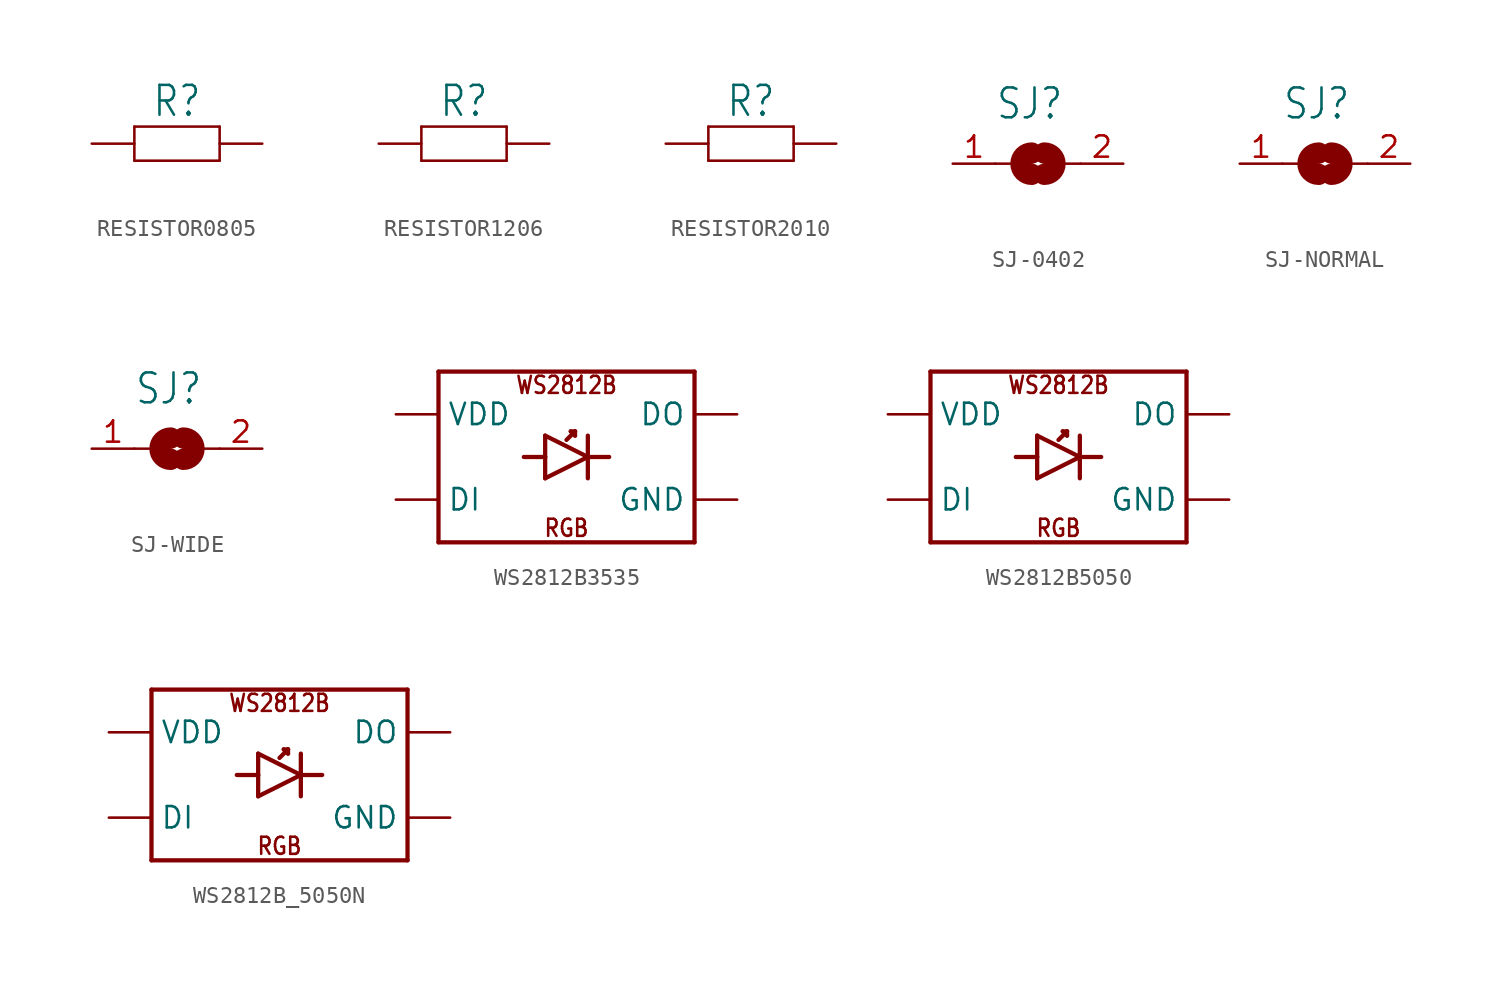
<source format=kicad_sym>
(kicad_symbol_lib
  (version 20220914)
  (generator kicad_symbol_editor)
  (symbol "RESISTOR0805"
    (property "Reference" "R"
      (at 0 1.499 0)
      (effects (font (size 1.778 1.511)) (justify bottom)))
    (property "Value" ""
      (at 0 -3.302 0)
      (effects (font (size 1.778 1.511)) (justify bottom)))
    (property "ki_locked" ""
      (at 0 0 0)
      (effects (font (size 1.27 1.27))))
    (symbol "RESISTOR0805_1_0"
      (polyline (pts (xy -2.54 -1.016) (xy -2.54 1.016)) (stroke (width 0.152) (type solid)) (fill (type none)))
      (polyline (pts (xy -2.54 -1.016) (xy 2.54 -1.016)) (stroke (width 0.152) (type solid)) (fill (type none)))
      (polyline (pts (xy -2.54 1.016) (xy 2.54 1.016)) (stroke (width 0.152) (type solid)) (fill (type none)))
      (polyline (pts (xy 2.54 -1.016) (xy 2.54 1.016)) (stroke (width 0.152) (type solid)) (fill (type none)))
      (pin passive line (at -5.08 0 0) (length 2.54) (name "1" (effects (font (size 0 0)))) (number "1" (effects (font (size 0 0)))))
      (pin passive line (at 5.08 0 180) (length 2.54) (name "2" (effects (font (size 0 0)))) (number "2" (effects (font (size 0 0)))))))
  (symbol "RESISTOR1206"
    (property "Reference" "R"
      (at 0 1.499 0)
      (effects (font (size 1.778 1.511)) (justify bottom)))
    (property "Value" ""
      (at 0 -3.302 0)
      (effects (font (size 1.778 1.511)) (justify bottom)))
    (property "ki_locked" ""
      (at 0 0 0)
      (effects (font (size 1.27 1.27))))
    (symbol "RESISTOR1206_1_0"
      (polyline (pts (xy -2.54 -1.016) (xy -2.54 1.016)) (stroke (width 0.152) (type solid)) (fill (type none)))
      (polyline (pts (xy -2.54 -1.016) (xy 2.54 -1.016)) (stroke (width 0.152) (type solid)) (fill (type none)))
      (polyline (pts (xy -2.54 1.016) (xy 2.54 1.016)) (stroke (width 0.152) (type solid)) (fill (type none)))
      (polyline (pts (xy 2.54 -1.016) (xy 2.54 1.016)) (stroke (width 0.152) (type solid)) (fill (type none)))
      (pin passive line (at -5.08 0 0) (length 2.54) (name "1" (effects (font (size 0 0)))) (number "1" (effects (font (size 0 0)))))
      (pin passive line (at 5.08 0 180) (length 2.54) (name "2" (effects (font (size 0 0)))) (number "2" (effects (font (size 0 0)))))))
  (symbol "RESISTOR2010"
    (property "Reference" "R"
      (at 0 1.499 0)
      (effects (font (size 1.778 1.511)) (justify bottom)))
    (property "Value" ""
      (at 0 -3.302 0)
      (effects (font (size 1.778 1.511)) (justify bottom)))
    (property "ki_locked" ""
      (at 0 0 0)
      (effects (font (size 1.27 1.27))))
    (symbol "RESISTOR2010_1_0"
      (polyline (pts (xy -2.54 -1.016) (xy -2.54 1.016)) (stroke (width 0.152) (type solid)) (fill (type none)))
      (polyline (pts (xy -2.54 -1.016) (xy 2.54 -1.016)) (stroke (width 0.152) (type solid)) (fill (type none)))
      (polyline (pts (xy -2.54 1.016) (xy 2.54 1.016)) (stroke (width 0.152) (type solid)) (fill (type none)))
      (polyline (pts (xy 2.54 -1.016) (xy 2.54 1.016)) (stroke (width 0.152) (type solid)) (fill (type none)))
      (pin passive line (at -5.08 0 0) (length 2.54) (name "1" (effects (font (size 0 0)))) (number "1" (effects (font (size 0 0)))))
      (pin passive line (at 5.08 0 180) (length 2.54) (name "2" (effects (font (size 0 0)))) (number "2" (effects (font (size 0 0)))))))
  (symbol "SJ-0402"
    (property "Reference" "SJ"
      (at -2.54 2.54 0)
      (effects (font (size 1.778 1.511)) (justify left bottom)))
    (property "Value" ""
      (at -2.54 -3.81 0)
      (effects (font (size 1.778 1.511)) (justify left bottom)))
    (property "ki_locked" ""
      (at 0 0 0)
      (effects (font (size 1.27 1.27))))
    (symbol "SJ-0402_1_0"
      (arc (start -0.3808 0.635) (mid -1.0159 0.0001) (end -0.381 -0.635) (stroke (width 1.27) (type solid)) (fill (type none)))
      (polyline (pts (xy -2.54 0) (xy -1.651 0)) (stroke (width 0.152) (type solid)) (fill (type none)))
      (polyline (pts (xy 2.54 0) (xy 1.651 0)) (stroke (width 0.152) (type solid)) (fill (type none)))
      (arc (start 0.3808 -0.635) (mid 1.0159 -0.0001) (end 0.381 0.635) (stroke (width 1.27) (type solid)) (fill (type none)))
      (pin passive line (at -5.08 0 0) (length 2.54) (name "1" (effects (font (size 0 0)))) (number "1" (effects (font (size 1.27 1.27)))))
      (pin passive line (at 5.08 0 180) (length 2.54) (name "2" (effects (font (size 0 0)))) (number "2" (effects (font (size 1.27 1.27)))))))
  (symbol "SJ-NORMAL"
    (property "Reference" "SJ"
      (at -2.54 2.54 0)
      (effects (font (size 1.778 1.511)) (justify left bottom)))
    (property "Value" ""
      (at -2.54 -3.81 0)
      (effects (font (size 1.778 1.511)) (justify left bottom)))
    (property "ki_locked" ""
      (at 0 0 0)
      (effects (font (size 1.27 1.27))))
    (symbol "SJ-NORMAL_1_0"
      (arc (start -0.3808 0.635) (mid -1.0159 0.0001) (end -0.381 -0.635) (stroke (width 1.27) (type solid)) (fill (type none)))
      (polyline (pts (xy -2.54 0) (xy -1.651 0)) (stroke (width 0.152) (type solid)) (fill (type none)))
      (polyline (pts (xy 2.54 0) (xy 1.651 0)) (stroke (width 0.152) (type solid)) (fill (type none)))
      (arc (start 0.3808 -0.635) (mid 1.0159 -0.0001) (end 0.381 0.635) (stroke (width 1.27) (type solid)) (fill (type none)))
      (pin passive line (at -5.08 0 0) (length 2.54) (name "1" (effects (font (size 0 0)))) (number "1" (effects (font (size 1.27 1.27)))))
      (pin passive line (at 5.08 0 180) (length 2.54) (name "2" (effects (font (size 0 0)))) (number "2" (effects (font (size 1.27 1.27)))))))
  (symbol "SJ-WIDE"
    (property "Reference" "SJ"
      (at -2.54 2.54 0)
      (effects (font (size 1.778 1.511)) (justify left bottom)))
    (property "Value" ""
      (at -2.54 -3.81 0)
      (effects (font (size 1.778 1.511)) (justify left bottom)))
    (property "ki_locked" ""
      (at 0 0 0)
      (effects (font (size 1.27 1.27))))
    (symbol "SJ-WIDE_1_0"
      (arc (start -0.3808 0.635) (mid -1.0159 0.0001) (end -0.381 -0.635) (stroke (width 1.27) (type solid)) (fill (type none)))
      (polyline (pts (xy -2.54 0) (xy -1.651 0)) (stroke (width 0.152) (type solid)) (fill (type none)))
      (polyline (pts (xy 2.54 0) (xy 1.651 0)) (stroke (width 0.152) (type solid)) (fill (type none)))
      (arc (start 0.3808 -0.635) (mid 1.0159 -0.0001) (end 0.381 0.635) (stroke (width 1.27) (type solid)) (fill (type none)))
      (pin passive line (at -5.08 0 0) (length 2.54) (name "1" (effects (font (size 0 0)))) (number "1" (effects (font (size 1.27 1.27)))))
      (pin passive line (at 5.08 0 180) (length 2.54) (name "2" (effects (font (size 0 0)))) (number "2" (effects (font (size 1.27 1.27)))))))
  (symbol "WS2812B3535"
    (property "Reference" "LED"
      (at 0 0 0)
      (effects (font (size 1.27 1.27)) hide))
    (property "ki_locked" ""
      (at 0 0 0)
      (effects (font (size 1.27 1.27))))
    (symbol "WS2812B3535_1_0"
      (polyline (pts (xy -7.62 -5.08) (xy 7.62 -5.08)) (stroke (width 0.254) (type solid)) (fill (type none)))
      (polyline (pts (xy -7.62 5.08) (xy -7.62 -5.08)) (stroke (width 0.254) (type solid)) (fill (type none)))
      (polyline (pts (xy -1.27 -1.27) (xy -1.27 0)) (stroke (width 0.254) (type solid)) (fill (type none)))
      (polyline (pts (xy -1.27 0) (xy -2.54 0)) (stroke (width 0.254) (type solid)) (fill (type none)))
      (polyline (pts (xy -1.27 0) (xy -1.27 1.27)) (stroke (width 0.254) (type solid)) (fill (type none)))
      (polyline (pts (xy -1.27 1.27) (xy 1.27 0)) (stroke (width 0.254) (type solid)) (fill (type none)))
      (polyline (pts (xy 0 1.016) (xy 0.508 1.524)) (stroke (width 0.254) (type solid)) (fill (type none)))
      (polyline (pts (xy 0.254 1.524) (xy 0.508 1.524)) (stroke (width 0.254) (type solid)) (fill (type none)))
      (polyline (pts (xy 0.508 1.27) (xy 0.254 1.524)) (stroke (width 0.254) (type solid)) (fill (type none)))
      (polyline (pts (xy 0.508 1.524) (xy 0.508 1.27)) (stroke (width 0.254) (type solid)) (fill (type none)))
      (polyline (pts (xy 1.27 -1.27) (xy 1.27 0)) (stroke (width 0.254) (type solid)) (fill (type none)))
      (polyline (pts (xy 1.27 0) (xy -1.27 -1.27)) (stroke (width 0.254) (type solid)) (fill (type none)))
      (polyline (pts (xy 1.27 0) (xy 1.27 1.27)) (stroke (width 0.254) (type solid)) (fill (type none)))
      (polyline (pts (xy 1.27 0) (xy 2.54 0)) (stroke (width 0.254) (type solid)) (fill (type none)))
      (polyline (pts (xy 7.62 -5.08) (xy 7.62 5.08)) (stroke (width 0.254) (type solid)) (fill (type none)))
      (polyline (pts (xy 7.62 5.08) (xy -7.62 5.08)) (stroke (width 0.254) (type solid)) (fill (type none)))
      (text "RGB" (at 0 -4.826 0) (effects (font (size 1.016 0.864)) (justify bottom)))
      (text "WS2812B" (at 0 3.683 0) (effects (font (size 1.016 0.864)) (justify bottom)))
      (pin input line (at -10.16 -2.54 0) (length 2.54) (name "DI" (effects (font (size 1.27 1.27)))) (number "1" (effects (font (size 0 0)))))
      (pin power_in line (at -10.16 2.54 0) (length 2.54) (name "VDD" (effects (font (size 1.27 1.27)))) (number "2" (effects (font (size 0 0)))))
      (pin output line (at 10.16 2.54 180) (length 2.54) (name "DO" (effects (font (size 1.27 1.27)))) (number "3" (effects (font (size 0 0)))))
      (pin power_in line (at 10.16 -2.54 180) (length 2.54) (name "GND" (effects (font (size 1.27 1.27)))) (number "4" (effects (font (size 0 0)))))))
  (symbol "WS2812B5050"
    (property "Reference" "LED"
      (at 0 0 0)
      (effects (font (size 1.27 1.27)) hide))
    (property "ki_locked" ""
      (at 0 0 0)
      (effects (font (size 1.27 1.27))))
    (symbol "WS2812B5050_1_0"
      (polyline (pts (xy -7.62 -5.08) (xy 7.62 -5.08)) (stroke (width 0.254) (type solid)) (fill (type none)))
      (polyline (pts (xy -7.62 5.08) (xy -7.62 -5.08)) (stroke (width 0.254) (type solid)) (fill (type none)))
      (polyline (pts (xy -1.27 -1.27) (xy -1.27 0)) (stroke (width 0.254) (type solid)) (fill (type none)))
      (polyline (pts (xy -1.27 0) (xy -2.54 0)) (stroke (width 0.254) (type solid)) (fill (type none)))
      (polyline (pts (xy -1.27 0) (xy -1.27 1.27)) (stroke (width 0.254) (type solid)) (fill (type none)))
      (polyline (pts (xy -1.27 1.27) (xy 1.27 0)) (stroke (width 0.254) (type solid)) (fill (type none)))
      (polyline (pts (xy 0 1.016) (xy 0.508 1.524)) (stroke (width 0.254) (type solid)) (fill (type none)))
      (polyline (pts (xy 0.254 1.524) (xy 0.508 1.524)) (stroke (width 0.254) (type solid)) (fill (type none)))
      (polyline (pts (xy 0.508 1.27) (xy 0.254 1.524)) (stroke (width 0.254) (type solid)) (fill (type none)))
      (polyline (pts (xy 0.508 1.524) (xy 0.508 1.27)) (stroke (width 0.254) (type solid)) (fill (type none)))
      (polyline (pts (xy 1.27 -1.27) (xy 1.27 0)) (stroke (width 0.254) (type solid)) (fill (type none)))
      (polyline (pts (xy 1.27 0) (xy -1.27 -1.27)) (stroke (width 0.254) (type solid)) (fill (type none)))
      (polyline (pts (xy 1.27 0) (xy 1.27 1.27)) (stroke (width 0.254) (type solid)) (fill (type none)))
      (polyline (pts (xy 1.27 0) (xy 2.54 0)) (stroke (width 0.254) (type solid)) (fill (type none)))
      (polyline (pts (xy 7.62 -5.08) (xy 7.62 5.08)) (stroke (width 0.254) (type solid)) (fill (type none)))
      (polyline (pts (xy 7.62 5.08) (xy -7.62 5.08)) (stroke (width 0.254) (type solid)) (fill (type none)))
      (text "RGB" (at 0 -4.826 0) (effects (font (size 1.016 0.864)) (justify bottom)))
      (text "WS2812B" (at 0 3.683 0) (effects (font (size 1.016 0.864)) (justify bottom)))
      (pin power_in line (at -10.16 2.54 0) (length 2.54) (name "VDD" (effects (font (size 1.27 1.27)))) (number "1-VDD" (effects (font (size 0 0)))))
      (pin output line (at 10.16 2.54 180) (length 2.54) (name "DO" (effects (font (size 1.27 1.27)))) (number "2-DOUT" (effects (font (size 0 0)))))
      (pin power_in line (at 10.16 -2.54 180) (length 2.54) (name "GND" (effects (font (size 1.27 1.27)))) (number "3-GND" (effects (font (size 0 0)))))
      (pin input line (at -10.16 -2.54 0) (length 2.54) (name "DI" (effects (font (size 1.27 1.27)))) (number "4-DIN" (effects (font (size 0 0)))))))
  (symbol "WS2812B_5050N"
    (property "Reference" "LED"
      (at 0 0 0)
      (effects (font (size 1.27 1.27)) hide))
    (property "ki_locked" ""
      (at 0 0 0)
      (effects (font (size 1.27 1.27))))
    (symbol "WS2812B_5050N_1_0"
      (polyline (pts (xy -7.62 -5.08) (xy 7.62 -5.08)) (stroke (width 0.254) (type solid)) (fill (type none)))
      (polyline (pts (xy -7.62 5.08) (xy -7.62 -5.08)) (stroke (width 0.254) (type solid)) (fill (type none)))
      (polyline (pts (xy -1.27 -1.27) (xy -1.27 0)) (stroke (width 0.254) (type solid)) (fill (type none)))
      (polyline (pts (xy -1.27 0) (xy -2.54 0)) (stroke (width 0.254) (type solid)) (fill (type none)))
      (polyline (pts (xy -1.27 0) (xy -1.27 1.27)) (stroke (width 0.254) (type solid)) (fill (type none)))
      (polyline (pts (xy -1.27 1.27) (xy 1.27 0)) (stroke (width 0.254) (type solid)) (fill (type none)))
      (polyline (pts (xy 0 1.016) (xy 0.508 1.524)) (stroke (width 0.254) (type solid)) (fill (type none)))
      (polyline (pts (xy 0.254 1.524) (xy 0.508 1.524)) (stroke (width 0.254) (type solid)) (fill (type none)))
      (polyline (pts (xy 0.508 1.27) (xy 0.254 1.524)) (stroke (width 0.254) (type solid)) (fill (type none)))
      (polyline (pts (xy 0.508 1.524) (xy 0.508 1.27)) (stroke (width 0.254) (type solid)) (fill (type none)))
      (polyline (pts (xy 1.27 -1.27) (xy 1.27 0)) (stroke (width 0.254) (type solid)) (fill (type none)))
      (polyline (pts (xy 1.27 0) (xy -1.27 -1.27)) (stroke (width 0.254) (type solid)) (fill (type none)))
      (polyline (pts (xy 1.27 0) (xy 1.27 1.27)) (stroke (width 0.254) (type solid)) (fill (type none)))
      (polyline (pts (xy 1.27 0) (xy 2.54 0)) (stroke (width 0.254) (type solid)) (fill (type none)))
      (polyline (pts (xy 7.62 -5.08) (xy 7.62 5.08)) (stroke (width 0.254) (type solid)) (fill (type none)))
      (polyline (pts (xy 7.62 5.08) (xy -7.62 5.08)) (stroke (width 0.254) (type solid)) (fill (type none)))
      (text "RGB" (at 0 -4.826 0) (effects (font (size 1.016 0.864)) (justify bottom)))
      (text "WS2812B" (at 0 3.683 0) (effects (font (size 1.016 0.864)) (justify bottom)))
      (pin power_in line (at -10.16 2.54 0) (length 2.54) (name "VDD" (effects (font (size 1.27 1.27)))) (number "1-VDD" (effects (font (size 0 0)))))
      (pin output line (at 10.16 2.54 180) (length 2.54) (name "DO" (effects (font (size 1.27 1.27)))) (number "2-DOUT" (effects (font (size 0 0)))))
      (pin power_in line (at 10.16 -2.54 180) (length 2.54) (name "GND" (effects (font (size 1.27 1.27)))) (number "3-GND" (effects (font (size 0 0)))))
      (pin input line (at -10.16 -2.54 0) (length 2.54) (name "DI" (effects (font (size 1.27 1.27)))) (number "4-DIN" (effects (font (size 0 0))))))))
</source>
